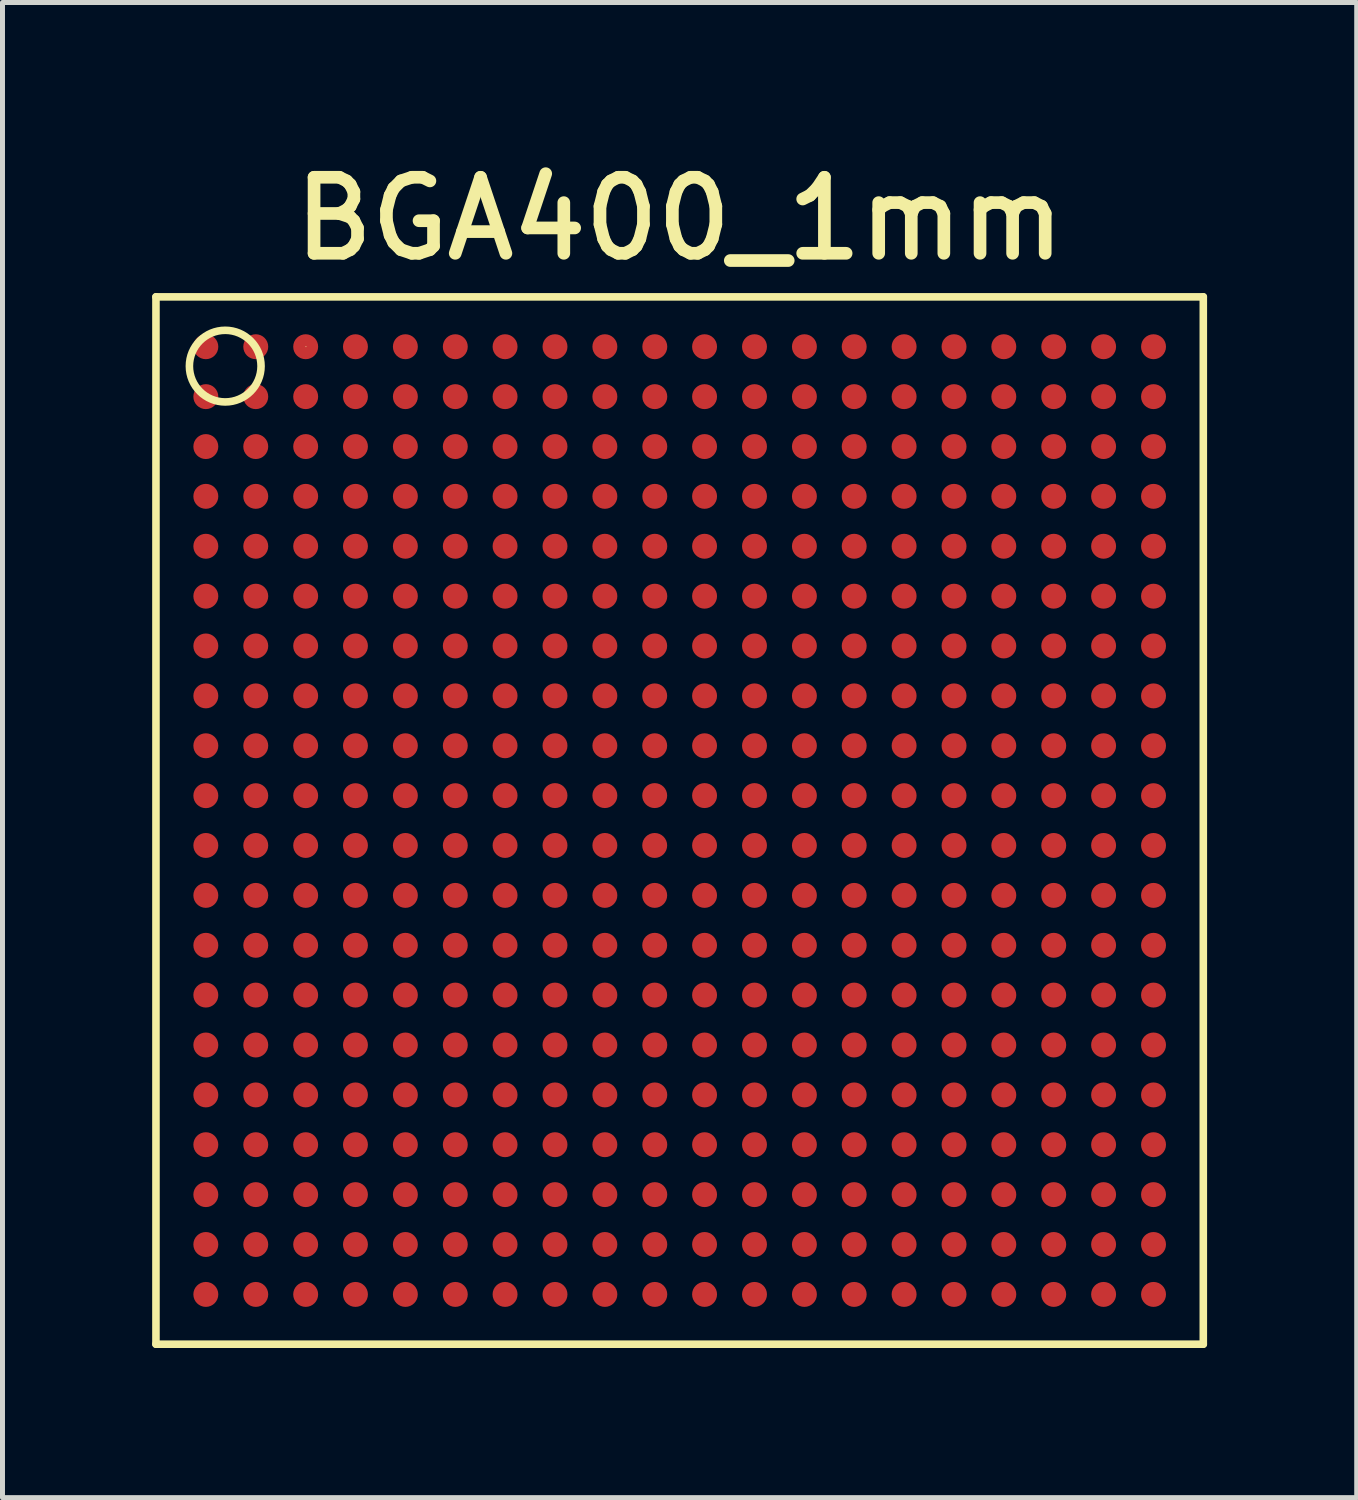
<source format=kicad_pcb>
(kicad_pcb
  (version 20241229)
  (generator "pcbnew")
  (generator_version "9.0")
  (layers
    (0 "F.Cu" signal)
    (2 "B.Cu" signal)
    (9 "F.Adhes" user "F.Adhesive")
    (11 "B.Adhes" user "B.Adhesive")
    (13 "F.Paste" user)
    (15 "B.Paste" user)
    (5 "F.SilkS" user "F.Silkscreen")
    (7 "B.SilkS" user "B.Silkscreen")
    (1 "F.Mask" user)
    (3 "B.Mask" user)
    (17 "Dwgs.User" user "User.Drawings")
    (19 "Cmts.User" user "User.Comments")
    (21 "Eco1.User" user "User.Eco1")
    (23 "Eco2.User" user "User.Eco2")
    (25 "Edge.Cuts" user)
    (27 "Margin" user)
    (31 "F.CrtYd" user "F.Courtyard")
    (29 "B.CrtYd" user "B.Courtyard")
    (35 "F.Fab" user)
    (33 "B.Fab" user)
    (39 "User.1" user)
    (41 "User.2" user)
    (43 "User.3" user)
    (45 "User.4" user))
  (footprint "BGA400_1mm"
    (layer "F.Cu")
    (at 10.577 13.402)
    (property "Reference" "BGA400_1mm" (at 0 -12.065 0) (layer "F.SilkS") (effects (font (size 1.524 1.524) (thickness 0.254))))
    (attr smd)
    (fp_line (start -10.5 -10.5) (end 10.5 -10.5) (stroke (width 0.152) (type solid)) (layer "F.SilkS"))
    (fp_line (start -10.5 10.5) (end -10.5 -10.5) (stroke (width 0.152) (type solid)) (layer "F.SilkS"))
    (fp_line (start -7.498 -9.5) (end -7.488 -9.5) (stroke (width 0.013) (type solid)) (layer "F.SilkS"))
    (fp_line (start 10.5 -10.5) (end 10.5 10.5) (stroke (width 0.152) (type solid)) (layer "F.SilkS"))
    (fp_line (start 10.5 10.5) (end -10.5 10.5) (stroke (width 0.152) (type solid)) (layer "F.SilkS"))
    (fp_circle (center -9.111 -9.111) (end -8.603 -9.619) (stroke (width 0.152) (type solid)) (fill no) (layer "F.SilkS"))
    (pad "A1" smd circle (at -9.5 -9.5) (size 0.5 0.5) (layers "F.Cu" "F.Mask" "F.Paste"))
    (pad "A2" smd circle (at -8.499 -9.5) (size 0.5 0.5) (layers "F.Cu" "F.Mask" "F.Paste"))
    (pad "A3" smd circle (at -7.498 -9.5) (size 0.5 0.5) (layers "F.Cu" "F.Mask" "F.Paste"))
    (pad "A4" smd circle (at -6.5 -9.5) (size 0.5 0.5) (layers "F.Cu" "F.Mask" "F.Paste"))
    (pad "A5" smd circle (at -5.499 -9.5) (size 0.5 0.5) (layers "F.Cu" "F.Mask" "F.Paste"))
    (pad "A6" smd circle (at -4.498 -9.5) (size 0.5 0.5) (layers "F.Cu" "F.Mask" "F.Paste"))
    (pad "A7" smd circle (at -3.5 -9.5) (size 0.5 0.5) (layers "F.Cu" "F.Mask" "F.Paste"))
    (pad "A8" smd circle (at -2.499 -9.5) (size 0.5 0.5) (layers "F.Cu" "F.Mask" "F.Paste"))
    (pad "A9" smd circle (at -1.499 -9.5) (size 0.5 0.5) (layers "F.Cu" "F.Mask" "F.Paste"))
    (pad "A10" smd circle (at -0.498 -9.5) (size 0.5 0.5) (layers "F.Cu" "F.Mask" "F.Paste"))
    (pad "A11" smd circle (at 0.5 -9.5) (size 0.5 0.5) (layers "F.Cu" "F.Mask" "F.Paste"))
    (pad "A12" smd circle (at 1.501 -9.5) (size 0.5 0.5) (layers "F.Cu" "F.Mask" "F.Paste"))
    (pad "A13" smd circle (at 2.502 -9.5) (size 0.5 0.5) (layers "F.Cu" "F.Mask" "F.Paste"))
    (pad "A14" smd circle (at 3.5 -9.5) (size 0.5 0.5) (layers "F.Cu" "F.Mask" "F.Paste"))
    (pad "A15" smd circle (at 4.501 -9.5) (size 0.5 0.5) (layers "F.Cu" "F.Mask" "F.Paste"))
    (pad "A16" smd circle (at 5.502 -9.5) (size 0.5 0.5) (layers "F.Cu" "F.Mask" "F.Paste"))
    (pad "A17" smd circle (at 6.5 -9.5) (size 0.5 0.5) (layers "F.Cu" "F.Mask" "F.Paste"))
    (pad "A18" smd circle (at 7.501 -9.5) (size 0.5 0.5) (layers "F.Cu" "F.Mask" "F.Paste"))
    (pad "A19" smd circle (at 8.501 -9.5) (size 0.5 0.5) (layers "F.Cu" "F.Mask" "F.Paste"))
    (pad "A20" smd circle (at 9.502 -9.5) (size 0.5 0.5) (layers "F.Cu" "F.Mask" "F.Paste"))
    (pad "B1" smd circle (at -9.5 -8.499) (size 0.5 0.5) (layers "F.Cu" "F.Mask" "F.Paste"))
    (pad "B2" smd circle (at -8.499 -8.499) (size 0.5 0.5) (layers "F.Cu" "F.Mask" "F.Paste"))
    (pad "B3" smd circle (at -7.498 -8.499) (size 0.5 0.5) (layers "F.Cu" "F.Mask" "F.Paste"))
    (pad "B4" smd circle (at -6.5 -8.499) (size 0.5 0.5) (layers "F.Cu" "F.Mask" "F.Paste"))
    (pad "B5" smd circle (at -5.499 -8.499) (size 0.5 0.5) (layers "F.Cu" "F.Mask" "F.Paste"))
    (pad "B6" smd circle (at -4.498 -8.499) (size 0.5 0.5) (layers "F.Cu" "F.Mask" "F.Paste"))
    (pad "B7" smd circle (at -3.5 -8.499) (size 0.5 0.5) (layers "F.Cu" "F.Mask" "F.Paste"))
    (pad "B8" smd circle (at -2.499 -8.499) (size 0.5 0.5) (layers "F.Cu" "F.Mask" "F.Paste"))
    (pad "B9" smd circle (at -1.499 -8.499) (size 0.5 0.5) (layers "F.Cu" "F.Mask" "F.Paste"))
    (pad "B10" smd circle (at -0.498 -8.499) (size 0.5 0.5) (layers "F.Cu" "F.Mask" "F.Paste"))
    (pad "B11" smd circle (at 0.5 -8.499) (size 0.5 0.5) (layers "F.Cu" "F.Mask" "F.Paste"))
    (pad "B12" smd circle (at 1.501 -8.499) (size 0.5 0.5) (layers "F.Cu" "F.Mask" "F.Paste"))
    (pad "B13" smd circle (at 2.502 -8.499) (size 0.5 0.5) (layers "F.Cu" "F.Mask" "F.Paste"))
    (pad "B14" smd circle (at 3.5 -8.499) (size 0.5 0.5) (layers "F.Cu" "F.Mask" "F.Paste"))
    (pad "B15" smd circle (at 4.501 -8.499) (size 0.5 0.5) (layers "F.Cu" "F.Mask" "F.Paste"))
    (pad "B16" smd circle (at 5.502 -8.499) (size 0.5 0.5) (layers "F.Cu" "F.Mask" "F.Paste"))
    (pad "B17" smd circle (at 6.5 -8.499) (size 0.5 0.5) (layers "F.Cu" "F.Mask" "F.Paste"))
    (pad "B18" smd circle (at 7.501 -8.499) (size 0.5 0.5) (layers "F.Cu" "F.Mask" "F.Paste"))
    (pad "B19" smd circle (at 8.501 -8.499) (size 0.5 0.5) (layers "F.Cu" "F.Mask" "F.Paste"))
    (pad "B20" smd circle (at 9.502 -8.499) (size 0.5 0.5) (layers "F.Cu" "F.Mask" "F.Paste"))
    (pad "C1" smd circle (at -9.5 -7.498) (size 0.5 0.5) (layers "F.Cu" "F.Mask" "F.Paste"))
    (pad "C2" smd circle (at -8.499 -7.498) (size 0.5 0.5) (layers "F.Cu" "F.Mask" "F.Paste"))
    (pad "C3" smd circle (at -7.498 -7.498) (size 0.5 0.5) (layers "F.Cu" "F.Mask" "F.Paste"))
    (pad "C4" smd circle (at -6.5 -7.498) (size 0.5 0.5) (layers "F.Cu" "F.Mask" "F.Paste"))
    (pad "C5" smd circle (at -5.499 -7.498) (size 0.5 0.5) (layers "F.Cu" "F.Mask" "F.Paste"))
    (pad "C6" smd circle (at -4.498 -7.498) (size 0.5 0.5) (layers "F.Cu" "F.Mask" "F.Paste"))
    (pad "C7" smd circle (at -3.5 -7.498) (size 0.5 0.5) (layers "F.Cu" "F.Mask" "F.Paste"))
    (pad "C8" smd circle (at -2.499 -7.498) (size 0.5 0.5) (layers "F.Cu" "F.Mask" "F.Paste"))
    (pad "C9" smd circle (at -1.499 -7.498) (size 0.5 0.5) (layers "F.Cu" "F.Mask" "F.Paste"))
    (pad "C10" smd circle (at -0.498 -7.498) (size 0.5 0.5) (layers "F.Cu" "F.Mask" "F.Paste"))
    (pad "C11" smd circle (at 0.5 -7.498) (size 0.5 0.5) (layers "F.Cu" "F.Mask" "F.Paste"))
    (pad "C12" smd circle (at 1.501 -7.498) (size 0.5 0.5) (layers "F.Cu" "F.Mask" "F.Paste"))
    (pad "C13" smd circle (at 2.502 -7.498) (size 0.5 0.5) (layers "F.Cu" "F.Mask" "F.Paste"))
    (pad "C14" smd circle (at 3.5 -7.498) (size 0.5 0.5) (layers "F.Cu" "F.Mask" "F.Paste"))
    (pad "C15" smd circle (at 4.501 -7.498) (size 0.5 0.5) (layers "F.Cu" "F.Mask" "F.Paste"))
    (pad "C16" smd circle (at 5.502 -7.498) (size 0.5 0.5) (layers "F.Cu" "F.Mask" "F.Paste"))
    (pad "C17" smd circle (at 6.5 -7.498) (size 0.5 0.5) (layers "F.Cu" "F.Mask" "F.Paste"))
    (pad "C18" smd circle (at 7.501 -7.498) (size 0.5 0.5) (layers "F.Cu" "F.Mask" "F.Paste"))
    (pad "C19" smd circle (at 8.501 -7.498) (size 0.5 0.5) (layers "F.Cu" "F.Mask" "F.Paste"))
    (pad "C20" smd circle (at 9.502 -7.498) (size 0.5 0.5) (layers "F.Cu" "F.Mask" "F.Paste"))
    (pad "D1" smd circle (at -9.5 -6.5) (size 0.5 0.5) (layers "F.Cu" "F.Mask" "F.Paste"))
    (pad "D2" smd circle (at -8.499 -6.5) (size 0.5 0.5) (layers "F.Cu" "F.Mask" "F.Paste"))
    (pad "D3" smd circle (at -7.498 -6.5) (size 0.5 0.5) (layers "F.Cu" "F.Mask" "F.Paste"))
    (pad "D4" smd circle (at -6.5 -6.5) (size 0.5 0.5) (layers "F.Cu" "F.Mask" "F.Paste"))
    (pad "D5" smd circle (at -5.499 -6.5) (size 0.5 0.5) (layers "F.Cu" "F.Mask" "F.Paste"))
    (pad "D6" smd circle (at -4.498 -6.5) (size 0.5 0.5) (layers "F.Cu" "F.Mask" "F.Paste"))
    (pad "D7" smd circle (at -3.5 -6.5) (size 0.5 0.5) (layers "F.Cu" "F.Mask" "F.Paste"))
    (pad "D8" smd circle (at -2.499 -6.5) (size 0.5 0.5) (layers "F.Cu" "F.Mask" "F.Paste"))
    (pad "D9" smd circle (at -1.499 -6.5) (size 0.5 0.5) (layers "F.Cu" "F.Mask" "F.Paste"))
    (pad "D10" smd circle (at -0.498 -6.5) (size 0.5 0.5) (layers "F.Cu" "F.Mask" "F.Paste"))
    (pad "D11" smd circle (at 0.5 -6.5) (size 0.5 0.5) (layers "F.Cu" "F.Mask" "F.Paste"))
    (pad "D12" smd circle (at 1.501 -6.5) (size 0.5 0.5) (layers "F.Cu" "F.Mask" "F.Paste"))
    (pad "D13" smd circle (at 2.502 -6.5) (size 0.5 0.5) (layers "F.Cu" "F.Mask" "F.Paste"))
    (pad "D14" smd circle (at 3.5 -6.5) (size 0.5 0.5) (layers "F.Cu" "F.Mask" "F.Paste"))
    (pad "D15" smd circle (at 4.501 -6.5) (size 0.5 0.5) (layers "F.Cu" "F.Mask" "F.Paste"))
    (pad "D16" smd circle (at 5.502 -6.5) (size 0.5 0.5) (layers "F.Cu" "F.Mask" "F.Paste"))
    (pad "D17" smd circle (at 6.5 -6.5) (size 0.5 0.5) (layers "F.Cu" "F.Mask" "F.Paste"))
    (pad "D18" smd circle (at 7.501 -6.5) (size 0.5 0.5) (layers "F.Cu" "F.Mask" "F.Paste"))
    (pad "D19" smd circle (at 8.501 -6.5) (size 0.5 0.5) (layers "F.Cu" "F.Mask" "F.Paste"))
    (pad "D20" smd circle (at 9.502 -6.5) (size 0.5 0.5) (layers "F.Cu" "F.Mask" "F.Paste"))
    (pad "E1" smd circle (at -9.5 -5.499) (size 0.5 0.5) (layers "F.Cu" "F.Mask" "F.Paste"))
    (pad "E2" smd circle (at -8.499 -5.499) (size 0.5 0.5) (layers "F.Cu" "F.Mask" "F.Paste"))
    (pad "E3" smd circle (at -7.498 -5.499) (size 0.5 0.5) (layers "F.Cu" "F.Mask" "F.Paste"))
    (pad "E4" smd circle (at -6.5 -5.499) (size 0.5 0.5) (layers "F.Cu" "F.Mask" "F.Paste"))
    (pad "E5" smd circle (at -5.499 -5.499) (size 0.5 0.5) (layers "F.Cu" "F.Mask" "F.Paste"))
    (pad "E6" smd circle (at -4.498 -5.499) (size 0.5 0.5) (layers "F.Cu" "F.Mask" "F.Paste"))
    (pad "E7" smd circle (at -3.5 -5.499) (size 0.5 0.5) (layers "F.Cu" "F.Mask" "F.Paste"))
    (pad "E8" smd circle (at -2.499 -5.499) (size 0.5 0.5) (layers "F.Cu" "F.Mask" "F.Paste"))
    (pad "E9" smd circle (at -1.499 -5.499) (size 0.5 0.5) (layers "F.Cu" "F.Mask" "F.Paste"))
    (pad "E10" smd circle (at -0.498 -5.499) (size 0.5 0.5) (layers "F.Cu" "F.Mask" "F.Paste"))
    (pad "E11" smd circle (at 0.5 -5.499) (size 0.5 0.5) (layers "F.Cu" "F.Mask" "F.Paste"))
    (pad "E12" smd circle (at 1.501 -5.499) (size 0.5 0.5) (layers "F.Cu" "F.Mask" "F.Paste"))
    (pad "E13" smd circle (at 2.502 -5.499) (size 0.5 0.5) (layers "F.Cu" "F.Mask" "F.Paste"))
    (pad "E14" smd circle (at 3.5 -5.499) (size 0.5 0.5) (layers "F.Cu" "F.Mask" "F.Paste"))
    (pad "E15" smd circle (at 4.501 -5.499) (size 0.5 0.5) (layers "F.Cu" "F.Mask" "F.Paste"))
    (pad "E16" smd circle (at 5.502 -5.499) (size 0.5 0.5) (layers "F.Cu" "F.Mask" "F.Paste"))
    (pad "E17" smd circle (at 6.5 -5.499) (size 0.5 0.5) (layers "F.Cu" "F.Mask" "F.Paste"))
    (pad "E18" smd circle (at 7.501 -5.499) (size 0.5 0.5) (layers "F.Cu" "F.Mask" "F.Paste"))
    (pad "E19" smd circle (at 8.501 -5.499) (size 0.5 0.5) (layers "F.Cu" "F.Mask" "F.Paste"))
    (pad "E20" smd circle (at 9.502 -5.499) (size 0.5 0.5) (layers "F.Cu" "F.Mask" "F.Paste"))
    (pad "F1" smd circle (at -9.5 -4.498) (size 0.5 0.5) (layers "F.Cu" "F.Mask" "F.Paste"))
    (pad "F2" smd circle (at -8.499 -4.498) (size 0.5 0.5) (layers "F.Cu" "F.Mask" "F.Paste"))
    (pad "F3" smd circle (at -7.498 -4.498) (size 0.5 0.5) (layers "F.Cu" "F.Mask" "F.Paste"))
    (pad "F4" smd circle (at -6.5 -4.498) (size 0.5 0.5) (layers "F.Cu" "F.Mask" "F.Paste"))
    (pad "F5" smd circle (at -5.499 -4.498) (size 0.5 0.5) (layers "F.Cu" "F.Mask" "F.Paste"))
    (pad "F6" smd circle (at -4.498 -4.498) (size 0.5 0.5) (layers "F.Cu" "F.Mask" "F.Paste"))
    (pad "F7" smd circle (at -3.5 -4.498) (size 0.5 0.5) (layers "F.Cu" "F.Mask" "F.Paste"))
    (pad "F8" smd circle (at -2.499 -4.498) (size 0.5 0.5) (layers "F.Cu" "F.Mask" "F.Paste"))
    (pad "F9" smd circle (at -1.499 -4.498) (size 0.5 0.5) (layers "F.Cu" "F.Mask" "F.Paste"))
    (pad "F10" smd circle (at -0.498 -4.498) (size 0.5 0.5) (layers "F.Cu" "F.Mask" "F.Paste"))
    (pad "F11" smd circle (at 0.5 -4.498) (size 0.5 0.5) (layers "F.Cu" "F.Mask" "F.Paste"))
    (pad "F12" smd circle (at 1.501 -4.498) (size 0.5 0.5) (layers "F.Cu" "F.Mask" "F.Paste"))
    (pad "F13" smd circle (at 2.502 -4.498) (size 0.5 0.5) (layers "F.Cu" "F.Mask" "F.Paste"))
    (pad "F14" smd circle (at 3.5 -4.498) (size 0.5 0.5) (layers "F.Cu" "F.Mask" "F.Paste"))
    (pad "F15" smd circle (at 4.501 -4.498) (size 0.5 0.5) (layers "F.Cu" "F.Mask" "F.Paste"))
    (pad "F16" smd circle (at 5.502 -4.498) (size 0.5 0.5) (layers "F.Cu" "F.Mask" "F.Paste"))
    (pad "F17" smd circle (at 6.5 -4.498) (size 0.5 0.5) (layers "F.Cu" "F.Mask" "F.Paste"))
    (pad "F18" smd circle (at 7.501 -4.498) (size 0.5 0.5) (layers "F.Cu" "F.Mask" "F.Paste"))
    (pad "F19" smd circle (at 8.501 -4.498) (size 0.5 0.5) (layers "F.Cu" "F.Mask" "F.Paste"))
    (pad "F20" smd circle (at 9.502 -4.498) (size 0.5 0.5) (layers "F.Cu" "F.Mask" "F.Paste"))
    (pad "G1" smd circle (at -9.5 -3.5) (size 0.5 0.5) (layers "F.Cu" "F.Mask" "F.Paste"))
    (pad "G2" smd circle (at -8.499 -3.5) (size 0.5 0.5) (layers "F.Cu" "F.Mask" "F.Paste"))
    (pad "G3" smd circle (at -7.498 -3.5) (size 0.5 0.5) (layers "F.Cu" "F.Mask" "F.Paste"))
    (pad "G4" smd circle (at -6.5 -3.5) (size 0.5 0.5) (layers "F.Cu" "F.Mask" "F.Paste"))
    (pad "G5" smd circle (at -5.499 -3.5) (size 0.5 0.5) (layers "F.Cu" "F.Mask" "F.Paste"))
    (pad "G6" smd circle (at -4.498 -3.5) (size 0.5 0.5) (layers "F.Cu" "F.Mask" "F.Paste"))
    (pad "G7" smd circle (at -3.5 -3.5) (size 0.5 0.5) (layers "F.Cu" "F.Mask" "F.Paste"))
    (pad "G8" smd circle (at -2.499 -3.5) (size 0.5 0.5) (layers "F.Cu" "F.Mask" "F.Paste"))
    (pad "G9" smd circle (at -1.499 -3.5) (size 0.5 0.5) (layers "F.Cu" "F.Mask" "F.Paste"))
    (pad "G10" smd circle (at -0.5 -3.5) (size 0.5 0.5) (layers "F.Cu" "F.Mask" "F.Paste"))
    (pad "G11" smd circle (at 0.5 -3.5) (size 0.5 0.5) (layers "F.Cu" "F.Mask" "F.Paste"))
    (pad "G12" smd circle (at 1.501 -3.5) (size 0.5 0.5) (layers "F.Cu" "F.Mask" "F.Paste"))
    (pad "G13" smd circle (at 2.502 -3.5) (size 0.5 0.5) (layers "F.Cu" "F.Mask" "F.Paste"))
    (pad "G14" smd circle (at 3.5 -3.5) (size 0.5 0.5) (layers "F.Cu" "F.Mask" "F.Paste"))
    (pad "G15" smd circle (at 4.501 -3.5) (size 0.5 0.5) (layers "F.Cu" "F.Mask" "F.Paste"))
    (pad "G16" smd circle (at 5.502 -3.5) (size 0.5 0.5) (layers "F.Cu" "F.Mask" "F.Paste"))
    (pad "G17" smd circle (at 6.5 -3.5) (size 0.5 0.5) (layers "F.Cu" "F.Mask" "F.Paste"))
    (pad "G18" smd circle (at 7.501 -3.5) (size 0.5 0.5) (layers "F.Cu" "F.Mask" "F.Paste"))
    (pad "G19" smd circle (at 8.501 -3.5) (size 0.5 0.5) (layers "F.Cu" "F.Mask" "F.Paste"))
    (pad "G20" smd circle (at 9.502 -3.5) (size 0.5 0.5) (layers "F.Cu" "F.Mask" "F.Paste"))
    (pad "H1" smd circle (at -9.5 -2.499) (size 0.5 0.5) (layers "F.Cu" "F.Mask" "F.Paste"))
    (pad "H2" smd circle (at -8.499 -2.499) (size 0.5 0.5) (layers "F.Cu" "F.Mask" "F.Paste"))
    (pad "H3" smd circle (at -7.498 -2.499) (size 0.5 0.5) (layers "F.Cu" "F.Mask" "F.Paste"))
    (pad "H4" smd circle (at -6.5 -2.499) (size 0.5 0.5) (layers "F.Cu" "F.Mask" "F.Paste"))
    (pad "H5" smd circle (at -5.499 -2.499) (size 0.5 0.5) (layers "F.Cu" "F.Mask" "F.Paste"))
    (pad "H6" smd circle (at -4.498 -2.499) (size 0.5 0.5) (layers "F.Cu" "F.Mask" "F.Paste"))
    (pad "H7" smd circle (at -3.5 -2.499) (size 0.5 0.5) (layers "F.Cu" "F.Mask" "F.Paste"))
    (pad "H8" smd circle (at -2.499 -2.499) (size 0.5 0.5) (layers "F.Cu" "F.Mask" "F.Paste"))
    (pad "H9" smd circle (at -1.499 -2.499) (size 0.5 0.5) (layers "F.Cu" "F.Mask" "F.Paste"))
    (pad "H10" smd circle (at -0.5 -2.499) (size 0.5 0.5) (layers "F.Cu" "F.Mask" "F.Paste"))
    (pad "H11" smd circle (at 0.5 -2.499) (size 0.5 0.5) (layers "F.Cu" "F.Mask" "F.Paste"))
    (pad "H12" smd circle (at 1.501 -2.499) (size 0.5 0.5) (layers "F.Cu" "F.Mask" "F.Paste"))
    (pad "H13" smd circle (at 2.502 -2.499) (size 0.5 0.5) (layers "F.Cu" "F.Mask" "F.Paste"))
    (pad "H14" smd circle (at 3.5 -2.499) (size 0.5 0.5) (layers "F.Cu" "F.Mask" "F.Paste"))
    (pad "H15" smd circle (at 4.501 -2.499) (size 0.5 0.5) (layers "F.Cu" "F.Mask" "F.Paste"))
    (pad "H16" smd circle (at 5.502 -2.499) (size 0.5 0.5) (layers "F.Cu" "F.Mask" "F.Paste"))
    (pad "H17" smd circle (at 6.5 -2.499) (size 0.5 0.5) (layers "F.Cu" "F.Mask" "F.Paste"))
    (pad "H18" smd circle (at 7.501 -2.499) (size 0.5 0.5) (layers "F.Cu" "F.Mask" "F.Paste"))
    (pad "H19" smd circle (at 8.501 -2.499) (size 0.5 0.5) (layers "F.Cu" "F.Mask" "F.Paste"))
    (pad "H20" smd circle (at 9.502 -2.499) (size 0.5 0.5) (layers "F.Cu" "F.Mask" "F.Paste"))
    (pad "J1" smd circle (at -9.5 -1.499) (size 0.5 0.5) (layers "F.Cu" "F.Mask" "F.Paste"))
    (pad "J2" smd circle (at -8.499 -1.499) (size 0.5 0.5) (layers "F.Cu" "F.Mask" "F.Paste"))
    (pad "J3" smd circle (at -7.498 -1.499) (size 0.5 0.5) (layers "F.Cu" "F.Mask" "F.Paste"))
    (pad "J4" smd circle (at -6.5 -1.499) (size 0.5 0.5) (layers "F.Cu" "F.Mask" "F.Paste"))
    (pad "J5" smd circle (at -5.499 -1.499) (size 0.5 0.5) (layers "F.Cu" "F.Mask" "F.Paste"))
    (pad "J6" smd circle (at -4.498 -1.499) (size 0.5 0.5) (layers "F.Cu" "F.Mask" "F.Paste"))
    (pad "J7" smd circle (at -3.5 -1.499) (size 0.5 0.5) (layers "F.Cu" "F.Mask" "F.Paste"))
    (pad "J8" smd circle (at -2.499 -1.499) (size 0.5 0.5) (layers "F.Cu" "F.Mask" "F.Paste"))
    (pad "J9" smd circle (at -1.499 -1.499) (size 0.5 0.5) (layers "F.Cu" "F.Mask" "F.Paste"))
    (pad "J10" smd circle (at -0.5 -1.499) (size 0.5 0.5) (layers "F.Cu" "F.Mask" "F.Paste"))
    (pad "J11" smd circle (at 0.5 -1.499) (size 0.5 0.5) (layers "F.Cu" "F.Mask" "F.Paste"))
    (pad "J12" smd circle (at 1.501 -1.499) (size 0.5 0.5) (layers "F.Cu" "F.Mask" "F.Paste"))
    (pad "J13" smd circle (at 2.502 -1.499) (size 0.5 0.5) (layers "F.Cu" "F.Mask" "F.Paste"))
    (pad "J14" smd circle (at 3.5 -1.499) (size 0.5 0.5) (layers "F.Cu" "F.Mask" "F.Paste"))
    (pad "J15" smd circle (at 4.501 -1.499) (size 0.5 0.5) (layers "F.Cu" "F.Mask" "F.Paste"))
    (pad "J16" smd circle (at 5.502 -1.499) (size 0.5 0.5) (layers "F.Cu" "F.Mask" "F.Paste"))
    (pad "J17" smd circle (at 6.5 -1.499) (size 0.5 0.5) (layers "F.Cu" "F.Mask" "F.Paste"))
    (pad "J18" smd circle (at 7.501 -1.499) (size 0.5 0.5) (layers "F.Cu" "F.Mask" "F.Paste"))
    (pad "J19" smd circle (at 8.501 -1.499) (size 0.5 0.5) (layers "F.Cu" "F.Mask" "F.Paste"))
    (pad "J20" smd circle (at 9.502 -1.499) (size 0.5 0.5) (layers "F.Cu" "F.Mask" "F.Paste"))
    (pad "K1" smd circle (at -9.5 -0.498) (size 0.5 0.5) (layers "F.Cu" "F.Mask" "F.Paste"))
    (pad "K2" smd circle (at -8.499 -0.498) (size 0.5 0.5) (layers "F.Cu" "F.Mask" "F.Paste"))
    (pad "K3" smd circle (at -7.498 -0.498) (size 0.5 0.5) (layers "F.Cu" "F.Mask" "F.Paste"))
    (pad "K4" smd circle (at -6.5 -0.498) (size 0.5 0.5) (layers "F.Cu" "F.Mask" "F.Paste"))
    (pad "K5" smd circle (at -5.499 -0.498) (size 0.5 0.5) (layers "F.Cu" "F.Mask" "F.Paste"))
    (pad "K6" smd circle (at -4.498 -0.498) (size 0.5 0.5) (layers "F.Cu" "F.Mask" "F.Paste"))
    (pad "K7" smd circle (at -3.5 -0.5) (size 0.5 0.5) (layers "F.Cu" "F.Mask" "F.Paste"))
    (pad "K8" smd circle (at -2.499 -0.5) (size 0.5 0.5) (layers "F.Cu" "F.Mask" "F.Paste"))
    (pad "K9" smd circle (at -1.499 -0.5) (size 0.5 0.5) (layers "F.Cu" "F.Mask" "F.Paste"))
    (pad "K10" smd circle (at -0.5 -0.5) (size 0.5 0.5) (layers "F.Cu" "F.Mask" "F.Paste"))
    (pad "K11" smd circle (at 0.5 -0.5) (size 0.5 0.5) (layers "F.Cu" "F.Mask" "F.Paste"))
    (pad "K12" smd circle (at 1.501 -0.5) (size 0.5 0.5) (layers "F.Cu" "F.Mask" "F.Paste"))
    (pad "K13" smd circle (at 2.502 -0.5) (size 0.5 0.5) (layers "F.Cu" "F.Mask" "F.Paste"))
    (pad "K14" smd circle (at 3.5 -0.5) (size 0.5 0.5) (layers "F.Cu" "F.Mask" "F.Paste"))
    (pad "K15" smd circle (at 4.501 -0.498) (size 0.5 0.5) (layers "F.Cu" "F.Mask" "F.Paste"))
    (pad "K16" smd circle (at 5.502 -0.498) (size 0.5 0.5) (layers "F.Cu" "F.Mask" "F.Paste"))
    (pad "K17" smd circle (at 6.5 -0.498) (size 0.5 0.5) (layers "F.Cu" "F.Mask" "F.Paste"))
    (pad "K18" smd circle (at 7.501 -0.498) (size 0.5 0.5) (layers "F.Cu" "F.Mask" "F.Paste"))
    (pad "K19" smd circle (at 8.501 -0.498) (size 0.5 0.5) (layers "F.Cu" "F.Mask" "F.Paste"))
    (pad "K20" smd circle (at 9.502 -0.498) (size 0.5 0.5) (layers "F.Cu" "F.Mask" "F.Paste"))
    (pad "L1" smd circle (at -9.5 0.5) (size 0.5 0.5) (layers "F.Cu" "F.Mask" "F.Paste"))
    (pad "L2" smd circle (at -8.499 0.5) (size 0.5 0.5) (layers "F.Cu" "F.Mask" "F.Paste"))
    (pad "L3" smd circle (at -7.498 0.5) (size 0.5 0.5) (layers "F.Cu" "F.Mask" "F.Paste"))
    (pad "L4" smd circle (at -6.5 0.5) (size 0.5 0.5) (layers "F.Cu" "F.Mask" "F.Paste"))
    (pad "L5" smd circle (at -5.499 0.5) (size 0.5 0.5) (layers "F.Cu" "F.Mask" "F.Paste"))
    (pad "L6" smd circle (at -4.498 0.5) (size 0.5 0.5) (layers "F.Cu" "F.Mask" "F.Paste"))
    (pad "L7" smd circle (at -3.5 0.5) (size 0.5 0.5) (layers "F.Cu" "F.Mask" "F.Paste"))
    (pad "L8" smd circle (at -2.499 0.5) (size 0.5 0.5) (layers "F.Cu" "F.Mask" "F.Paste"))
    (pad "L9" smd circle (at -1.499 0.5) (size 0.5 0.5) (layers "F.Cu" "F.Mask" "F.Paste"))
    (pad "L10" smd circle (at -0.5 0.5) (size 0.5 0.5) (layers "F.Cu" "F.Mask" "F.Paste"))
    (pad "L11" smd circle (at 0.5 0.5) (size 0.5 0.5) (layers "F.Cu" "F.Mask" "F.Paste"))
    (pad "L12" smd circle (at 1.501 0.5) (size 0.5 0.5) (layers "F.Cu" "F.Mask" "F.Paste"))
    (pad "L13" smd circle (at 2.502 0.5) (size 0.5 0.5) (layers "F.Cu" "F.Mask" "F.Paste"))
    (pad "L14" smd circle (at 3.5 0.5) (size 0.5 0.5) (layers "F.Cu" "F.Mask" "F.Paste"))
    (pad "L15" smd circle (at 4.501 0.5) (size 0.5 0.5) (layers "F.Cu" "F.Mask" "F.Paste"))
    (pad "L16" smd circle (at 5.502 0.5) (size 0.5 0.5) (layers "F.Cu" "F.Mask" "F.Paste"))
    (pad "L17" smd circle (at 6.5 0.5) (size 0.5 0.5) (layers "F.Cu" "F.Mask" "F.Paste"))
    (pad "L18" smd circle (at 7.501 0.5) (size 0.5 0.5) (layers "F.Cu" "F.Mask" "F.Paste"))
    (pad "L19" smd circle (at 8.501 0.5) (size 0.5 0.5) (layers "F.Cu" "F.Mask" "F.Paste"))
    (pad "L20" smd circle (at 9.502 0.5) (size 0.5 0.5) (layers "F.Cu" "F.Mask" "F.Paste"))
    (pad "M1" smd circle (at -9.5 1.501) (size 0.5 0.5) (layers "F.Cu" "F.Mask" "F.Paste"))
    (pad "M2" smd circle (at -8.499 1.501) (size 0.5 0.5) (layers "F.Cu" "F.Mask" "F.Paste"))
    (pad "M3" smd circle (at -7.498 1.501) (size 0.5 0.5) (layers "F.Cu" "F.Mask" "F.Paste"))
    (pad "M4" smd circle (at -6.5 1.501) (size 0.5 0.5) (layers "F.Cu" "F.Mask" "F.Paste"))
    (pad "M5" smd circle (at -5.499 1.501) (size 0.5 0.5) (layers "F.Cu" "F.Mask" "F.Paste"))
    (pad "M6" smd circle (at -4.498 1.501) (size 0.5 0.5) (layers "F.Cu" "F.Mask" "F.Paste"))
    (pad "M7" smd circle (at -3.5 1.501) (size 0.5 0.5) (layers "F.Cu" "F.Mask" "F.Paste"))
    (pad "M8" smd circle (at -2.499 1.501) (size 0.5 0.5) (layers "F.Cu" "F.Mask" "F.Paste"))
    (pad "M9" smd circle (at -1.499 1.501) (size 0.5 0.5) (layers "F.Cu" "F.Mask" "F.Paste"))
    (pad "M10" smd circle (at -0.5 1.501) (size 0.5 0.5) (layers "F.Cu" "F.Mask" "F.Paste"))
    (pad "M11" smd circle (at 0.5 1.501) (size 0.5 0.5) (layers "F.Cu" "F.Mask" "F.Paste"))
    (pad "M12" smd circle (at 1.501 1.501) (size 0.5 0.5) (layers "F.Cu" "F.Mask" "F.Paste"))
    (pad "M13" smd circle (at 2.502 1.501) (size 0.5 0.5) (layers "F.Cu" "F.Mask" "F.Paste"))
    (pad "M14" smd circle (at 3.5 1.501) (size 0.5 0.5) (layers "F.Cu" "F.Mask" "F.Paste"))
    (pad "M15" smd circle (at 4.501 1.501) (size 0.5 0.5) (layers "F.Cu" "F.Mask" "F.Paste"))
    (pad "M16" smd circle (at 5.502 1.501) (size 0.5 0.5) (layers "F.Cu" "F.Mask" "F.Paste"))
    (pad "M17" smd circle (at 6.5 1.501) (size 0.5 0.5) (layers "F.Cu" "F.Mask" "F.Paste"))
    (pad "M18" smd circle (at 7.501 1.501) (size 0.5 0.5) (layers "F.Cu" "F.Mask" "F.Paste"))
    (pad "M19" smd circle (at 8.501 1.501) (size 0.5 0.5) (layers "F.Cu" "F.Mask" "F.Paste"))
    (pad "M20" smd circle (at 9.502 1.501) (size 0.5 0.5) (layers "F.Cu" "F.Mask" "F.Paste"))
    (pad "N1" smd circle (at -9.5 2.502) (size 0.5 0.5) (layers "F.Cu" "F.Mask" "F.Paste"))
    (pad "N2" smd circle (at -8.499 2.502) (size 0.5 0.5) (layers "F.Cu" "F.Mask" "F.Paste"))
    (pad "N3" smd circle (at -7.498 2.502) (size 0.5 0.5) (layers "F.Cu" "F.Mask" "F.Paste"))
    (pad "N4" smd circle (at -6.5 2.502) (size 0.5 0.5) (layers "F.Cu" "F.Mask" "F.Paste"))
    (pad "N5" smd circle (at -5.499 2.502) (size 0.5 0.5) (layers "F.Cu" "F.Mask" "F.Paste"))
    (pad "N6" smd circle (at -4.498 2.502) (size 0.5 0.5) (layers "F.Cu" "F.Mask" "F.Paste"))
    (pad "N7" smd circle (at -3.5 2.502) (size 0.5 0.5) (layers "F.Cu" "F.Mask" "F.Paste"))
    (pad "N8" smd circle (at -2.499 2.502) (size 0.5 0.5) (layers "F.Cu" "F.Mask" "F.Paste"))
    (pad "N9" smd circle (at -1.499 2.502) (size 0.5 0.5) (layers "F.Cu" "F.Mask" "F.Paste"))
    (pad "N10" smd circle (at -0.5 2.502) (size 0.5 0.5) (layers "F.Cu" "F.Mask" "F.Paste"))
    (pad "N11" smd circle (at 0.5 2.502) (size 0.5 0.5) (layers "F.Cu" "F.Mask" "F.Paste"))
    (pad "N12" smd circle (at 1.501 2.502) (size 0.5 0.5) (layers "F.Cu" "F.Mask" "F.Paste"))
    (pad "N13" smd circle (at 2.502 2.502) (size 0.5 0.5) (layers "F.Cu" "F.Mask" "F.Paste"))
    (pad "N14" smd circle (at 3.5 2.502) (size 0.5 0.5) (layers "F.Cu" "F.Mask" "F.Paste"))
    (pad "N15" smd circle (at 4.501 2.502) (size 0.5 0.5) (layers "F.Cu" "F.Mask" "F.Paste"))
    (pad "N16" smd circle (at 5.502 2.502) (size 0.5 0.5) (layers "F.Cu" "F.Mask" "F.Paste"))
    (pad "N17" smd circle (at 6.5 2.502) (size 0.5 0.5) (layers "F.Cu" "F.Mask" "F.Paste"))
    (pad "N18" smd circle (at 7.501 2.502) (size 0.5 0.5) (layers "F.Cu" "F.Mask" "F.Paste"))
    (pad "N19" smd circle (at 8.501 2.502) (size 0.5 0.5) (layers "F.Cu" "F.Mask" "F.Paste"))
    (pad "N20" smd circle (at 9.502 2.502) (size 0.5 0.5) (layers "F.Cu" "F.Mask" "F.Paste"))
    (pad "P1" smd circle (at -9.5 3.5) (size 0.5 0.5) (layers "F.Cu" "F.Mask" "F.Paste"))
    (pad "P2" smd circle (at -8.499 3.5) (size 0.5 0.5) (layers "F.Cu" "F.Mask" "F.Paste"))
    (pad "P3" smd circle (at -7.498 3.5) (size 0.5 0.5) (layers "F.Cu" "F.Mask" "F.Paste"))
    (pad "P4" smd circle (at -6.5 3.5) (size 0.5 0.5) (layers "F.Cu" "F.Mask" "F.Paste"))
    (pad "P5" smd circle (at -5.499 3.5) (size 0.5 0.5) (layers "F.Cu" "F.Mask" "F.Paste"))
    (pad "P6" smd circle (at -4.498 3.5) (size 0.5 0.5) (layers "F.Cu" "F.Mask" "F.Paste"))
    (pad "P7" smd circle (at -3.5 3.5) (size 0.5 0.5) (layers "F.Cu" "F.Mask" "F.Paste"))
    (pad "P8" smd circle (at -2.499 3.5) (size 0.5 0.5) (layers "F.Cu" "F.Mask" "F.Paste"))
    (pad "P9" smd circle (at -1.499 3.5) (size 0.5 0.5) (layers "F.Cu" "F.Mask" "F.Paste"))
    (pad "P10" smd circle (at -0.5 3.5) (size 0.5 0.5) (layers "F.Cu" "F.Mask" "F.Paste"))
    (pad "P11" smd circle (at 0.5 3.5) (size 0.5 0.5) (layers "F.Cu" "F.Mask" "F.Paste"))
    (pad "P12" smd circle (at 1.501 3.5) (size 0.5 0.5) (layers "F.Cu" "F.Mask" "F.Paste"))
    (pad "P13" smd circle (at 2.502 3.5) (size 0.5 0.5) (layers "F.Cu" "F.Mask" "F.Paste"))
    (pad "P14" smd circle (at 3.5 3.5) (size 0.5 0.5) (layers "F.Cu" "F.Mask" "F.Paste"))
    (pad "P15" smd circle (at 4.501 3.5) (size 0.5 0.5) (layers "F.Cu" "F.Mask" "F.Paste"))
    (pad "P16" smd circle (at 5.502 3.5) (size 0.5 0.5) (layers "F.Cu" "F.Mask" "F.Paste"))
    (pad "P17" smd circle (at 6.5 3.5) (size 0.5 0.5) (layers "F.Cu" "F.Mask" "F.Paste"))
    (pad "P18" smd circle (at 7.501 3.5) (size 0.5 0.5) (layers "F.Cu" "F.Mask" "F.Paste"))
    (pad "P19" smd circle (at 8.501 3.5) (size 0.5 0.5) (layers "F.Cu" "F.Mask" "F.Paste"))
    (pad "P20" smd circle (at 9.502 3.5) (size 0.5 0.5) (layers "F.Cu" "F.Mask" "F.Paste"))
    (pad "R1" smd circle (at -9.5 4.501) (size 0.5 0.5) (layers "F.Cu" "F.Mask" "F.Paste"))
    (pad "R2" smd circle (at -8.499 4.501) (size 0.5 0.5) (layers "F.Cu" "F.Mask" "F.Paste"))
    (pad "R3" smd circle (at -7.498 4.501) (size 0.5 0.5) (layers "F.Cu" "F.Mask" "F.Paste"))
    (pad "R4" smd circle (at -6.5 4.501) (size 0.5 0.5) (layers "F.Cu" "F.Mask" "F.Paste"))
    (pad "R5" smd circle (at -5.499 4.501) (size 0.5 0.5) (layers "F.Cu" "F.Mask" "F.Paste"))
    (pad "R6" smd circle (at -4.498 4.501) (size 0.5 0.5) (layers "F.Cu" "F.Mask" "F.Paste"))
    (pad "R7" smd circle (at -3.5 4.501) (size 0.5 0.5) (layers "F.Cu" "F.Mask" "F.Paste"))
    (pad "R8" smd circle (at -2.499 4.501) (size 0.5 0.5) (layers "F.Cu" "F.Mask" "F.Paste"))
    (pad "R9" smd circle (at -1.499 4.501) (size 0.5 0.5) (layers "F.Cu" "F.Mask" "F.Paste"))
    (pad "R10" smd circle (at -0.498 4.501) (size 0.5 0.5) (layers "F.Cu" "F.Mask" "F.Paste"))
    (pad "R11" smd circle (at 0.5 4.501) (size 0.5 0.5) (layers "F.Cu" "F.Mask" "F.Paste"))
    (pad "R12" smd circle (at 1.501 4.501) (size 0.5 0.5) (layers "F.Cu" "F.Mask" "F.Paste"))
    (pad "R13" smd circle (at 2.502 4.501) (size 0.5 0.5) (layers "F.Cu" "F.Mask" "F.Paste"))
    (pad "R14" smd circle (at 3.5 4.501) (size 0.5 0.5) (layers "F.Cu" "F.Mask" "F.Paste"))
    (pad "R15" smd circle (at 4.501 4.501) (size 0.5 0.5) (layers "F.Cu" "F.Mask" "F.Paste"))
    (pad "R16" smd circle (at 5.502 4.501) (size 0.5 0.5) (layers "F.Cu" "F.Mask" "F.Paste"))
    (pad "R17" smd circle (at 6.5 4.501) (size 0.5 0.5) (layers "F.Cu" "F.Mask" "F.Paste"))
    (pad "R18" smd circle (at 7.501 4.501) (size 0.5 0.5) (layers "F.Cu" "F.Mask" "F.Paste"))
    (pad "R19" smd circle (at 8.501 4.501) (size 0.5 0.5) (layers "F.Cu" "F.Mask" "F.Paste"))
    (pad "R20" smd circle (at 9.502 4.501) (size 0.5 0.5) (layers "F.Cu" "F.Mask" "F.Paste"))
    (pad "T1" smd circle (at -9.5 5.502) (size 0.5 0.5) (layers "F.Cu" "F.Mask" "F.Paste"))
    (pad "T2" smd circle (at -8.499 5.502) (size 0.5 0.5) (layers "F.Cu" "F.Mask" "F.Paste"))
    (pad "T3" smd circle (at -7.498 5.502) (size 0.5 0.5) (layers "F.Cu" "F.Mask" "F.Paste"))
    (pad "T4" smd circle (at -6.5 5.502) (size 0.5 0.5) (layers "F.Cu" "F.Mask" "F.Paste"))
    (pad "T5" smd circle (at -5.499 5.502) (size 0.5 0.5) (layers "F.Cu" "F.Mask" "F.Paste"))
    (pad "T6" smd circle (at -4.498 5.502) (size 0.5 0.5) (layers "F.Cu" "F.Mask" "F.Paste"))
    (pad "T7" smd circle (at -3.5 5.502) (size 0.5 0.5) (layers "F.Cu" "F.Mask" "F.Paste"))
    (pad "T8" smd circle (at -2.499 5.502) (size 0.5 0.5) (layers "F.Cu" "F.Mask" "F.Paste"))
    (pad "T9" smd circle (at -1.499 5.502) (size 0.5 0.5) (layers "F.Cu" "F.Mask" "F.Paste"))
    (pad "T10" smd circle (at -0.498 5.502) (size 0.5 0.5) (layers "F.Cu" "F.Mask" "F.Paste"))
    (pad "T11" smd circle (at 0.5 5.502) (size 0.5 0.5) (layers "F.Cu" "F.Mask" "F.Paste"))
    (pad "T12" smd circle (at 1.501 5.502) (size 0.5 0.5) (layers "F.Cu" "F.Mask" "F.Paste"))
    (pad "T13" smd circle (at 2.502 5.502) (size 0.5 0.5) (layers "F.Cu" "F.Mask" "F.Paste"))
    (pad "T14" smd circle (at 3.5 5.502) (size 0.5 0.5) (layers "F.Cu" "F.Mask" "F.Paste"))
    (pad "T15" smd circle (at 4.501 5.502) (size 0.5 0.5) (layers "F.Cu" "F.Mask" "F.Paste"))
    (pad "T16" smd circle (at 5.502 5.502) (size 0.5 0.5) (layers "F.Cu" "F.Mask" "F.Paste"))
    (pad "T17" smd circle (at 6.5 5.502) (size 0.5 0.5) (layers "F.Cu" "F.Mask" "F.Paste"))
    (pad "T18" smd circle (at 7.501 5.502) (size 0.5 0.5) (layers "F.Cu" "F.Mask" "F.Paste"))
    (pad "T19" smd circle (at 8.501 5.502) (size 0.5 0.5) (layers "F.Cu" "F.Mask" "F.Paste"))
    (pad "T20" smd circle (at 9.502 5.502) (size 0.5 0.5) (layers "F.Cu" "F.Mask" "F.Paste"))
    (pad "U1" smd circle (at -9.5 6.5) (size 0.5 0.5) (layers "F.Cu" "F.Mask" "F.Paste"))
    (pad "U2" smd circle (at -8.499 6.5) (size 0.5 0.5) (layers "F.Cu" "F.Mask" "F.Paste"))
    (pad "U3" smd circle (at -7.498 6.5) (size 0.5 0.5) (layers "F.Cu" "F.Mask" "F.Paste"))
    (pad "U4" smd circle (at -6.5 6.5) (size 0.5 0.5) (layers "F.Cu" "F.Mask" "F.Paste"))
    (pad "U5" smd circle (at -5.499 6.5) (size 0.5 0.5) (layers "F.Cu" "F.Mask" "F.Paste"))
    (pad "U6" smd circle (at -4.498 6.5) (size 0.5 0.5) (layers "F.Cu" "F.Mask" "F.Paste"))
    (pad "U7" smd circle (at -3.5 6.5) (size 0.5 0.5) (layers "F.Cu" "F.Mask" "F.Paste"))
    (pad "U8" smd circle (at -2.499 6.5) (size 0.5 0.5) (layers "F.Cu" "F.Mask" "F.Paste"))
    (pad "U9" smd circle (at -1.499 6.5) (size 0.5 0.5) (layers "F.Cu" "F.Mask" "F.Paste"))
    (pad "U10" smd circle (at -0.498 6.5) (size 0.5 0.5) (layers "F.Cu" "F.Mask" "F.Paste"))
    (pad "U11" smd circle (at 0.5 6.5) (size 0.5 0.5) (layers "F.Cu" "F.Mask" "F.Paste"))
    (pad "U12" smd circle (at 1.501 6.5) (size 0.5 0.5) (layers "F.Cu" "F.Mask" "F.Paste"))
    (pad "U13" smd circle (at 2.502 6.5) (size 0.5 0.5) (layers "F.Cu" "F.Mask" "F.Paste"))
    (pad "U14" smd circle (at 3.5 6.5) (size 0.5 0.5) (layers "F.Cu" "F.Mask" "F.Paste"))
    (pad "U15" smd circle (at 4.501 6.5) (size 0.5 0.5) (layers "F.Cu" "F.Mask" "F.Paste"))
    (pad "U16" smd circle (at 5.502 6.5) (size 0.5 0.5) (layers "F.Cu" "F.Mask" "F.Paste"))
    (pad "U17" smd circle (at 6.5 6.5) (size 0.5 0.5) (layers "F.Cu" "F.Mask" "F.Paste"))
    (pad "U18" smd circle (at 7.501 6.5) (size 0.5 0.5) (layers "F.Cu" "F.Mask" "F.Paste"))
    (pad "U19" smd circle (at 8.501 6.5) (size 0.5 0.5) (layers "F.Cu" "F.Mask" "F.Paste"))
    (pad "U20" smd circle (at 9.502 6.5) (size 0.5 0.5) (layers "F.Cu" "F.Mask" "F.Paste"))
    (pad "V1" smd circle (at -9.5 7.501) (size 0.5 0.5) (layers "F.Cu" "F.Mask" "F.Paste"))
    (pad "V2" smd circle (at -8.499 7.501) (size 0.5 0.5) (layers "F.Cu" "F.Mask" "F.Paste"))
    (pad "V3" smd circle (at -7.498 7.501) (size 0.5 0.5) (layers "F.Cu" "F.Mask" "F.Paste"))
    (pad "V4" smd circle (at -6.5 7.501) (size 0.5 0.5) (layers "F.Cu" "F.Mask" "F.Paste"))
    (pad "V5" smd circle (at -5.499 7.501) (size 0.5 0.5) (layers "F.Cu" "F.Mask" "F.Paste"))
    (pad "V6" smd circle (at -4.498 7.501) (size 0.5 0.5) (layers "F.Cu" "F.Mask" "F.Paste"))
    (pad "V7" smd circle (at -3.5 7.501) (size 0.5 0.5) (layers "F.Cu" "F.Mask" "F.Paste"))
    (pad "V8" smd circle (at -2.499 7.501) (size 0.5 0.5) (layers "F.Cu" "F.Mask" "F.Paste"))
    (pad "V9" smd circle (at -1.499 7.501) (size 0.5 0.5) (layers "F.Cu" "F.Mask" "F.Paste"))
    (pad "V10" smd circle (at -0.498 7.501) (size 0.5 0.5) (layers "F.Cu" "F.Mask" "F.Paste"))
    (pad "V11" smd circle (at 0.5 7.501) (size 0.5 0.5) (layers "F.Cu" "F.Mask" "F.Paste"))
    (pad "V12" smd circle (at 1.501 7.501) (size 0.5 0.5) (layers "F.Cu" "F.Mask" "F.Paste"))
    (pad "V13" smd circle (at 2.502 7.501) (size 0.5 0.5) (layers "F.Cu" "F.Mask" "F.Paste"))
    (pad "V14" smd circle (at 3.5 7.501) (size 0.5 0.5) (layers "F.Cu" "F.Mask" "F.Paste"))
    (pad "V15" smd circle (at 4.501 7.501) (size 0.5 0.5) (layers "F.Cu" "F.Mask" "F.Paste"))
    (pad "V16" smd circle (at 5.502 7.501) (size 0.5 0.5) (layers "F.Cu" "F.Mask" "F.Paste"))
    (pad "V17" smd circle (at 6.5 7.501) (size 0.5 0.5) (layers "F.Cu" "F.Mask" "F.Paste"))
    (pad "V18" smd circle (at 7.501 7.501) (size 0.5 0.5) (layers "F.Cu" "F.Mask" "F.Paste"))
    (pad "V19" smd circle (at 8.501 7.501) (size 0.5 0.5) (layers "F.Cu" "F.Mask" "F.Paste"))
    (pad "V20" smd circle (at 9.502 7.501) (size 0.5 0.5) (layers "F.Cu" "F.Mask" "F.Paste"))
    (pad "W1" smd circle (at -9.5 8.501) (size 0.5 0.5) (layers "F.Cu" "F.Mask" "F.Paste"))
    (pad "W2" smd circle (at -8.499 8.501) (size 0.5 0.5) (layers "F.Cu" "F.Mask" "F.Paste"))
    (pad "W3" smd circle (at -7.498 8.501) (size 0.5 0.5) (layers "F.Cu" "F.Mask" "F.Paste"))
    (pad "W4" smd circle (at -6.5 8.501) (size 0.5 0.5) (layers "F.Cu" "F.Mask" "F.Paste"))
    (pad "W5" smd circle (at -5.499 8.501) (size 0.5 0.5) (layers "F.Cu" "F.Mask" "F.Paste"))
    (pad "W6" smd circle (at -4.498 8.501) (size 0.5 0.5) (layers "F.Cu" "F.Mask" "F.Paste"))
    (pad "W7" smd circle (at -3.5 8.501) (size 0.5 0.5) (layers "F.Cu" "F.Mask" "F.Paste"))
    (pad "W8" smd circle (at -2.499 8.501) (size 0.5 0.5) (layers "F.Cu" "F.Mask" "F.Paste"))
    (pad "W9" smd circle (at -1.499 8.501) (size 0.5 0.5) (layers "F.Cu" "F.Mask" "F.Paste"))
    (pad "W10" smd circle (at -0.498 8.501) (size 0.5 0.5) (layers "F.Cu" "F.Mask" "F.Paste"))
    (pad "W11" smd circle (at 0.5 8.501) (size 0.5 0.5) (layers "F.Cu" "F.Mask" "F.Paste"))
    (pad "W12" smd circle (at 1.501 8.501) (size 0.5 0.5) (layers "F.Cu" "F.Mask" "F.Paste"))
    (pad "W13" smd circle (at 2.502 8.501) (size 0.5 0.5) (layers "F.Cu" "F.Mask" "F.Paste"))
    (pad "W14" smd circle (at 3.5 8.501) (size 0.5 0.5) (layers "F.Cu" "F.Mask" "F.Paste"))
    (pad "W15" smd circle (at 4.501 8.501) (size 0.5 0.5) (layers "F.Cu" "F.Mask" "F.Paste"))
    (pad "W16" smd circle (at 5.502 8.501) (size 0.5 0.5) (layers "F.Cu" "F.Mask" "F.Paste"))
    (pad "W17" smd circle (at 6.5 8.501) (size 0.5 0.5) (layers "F.Cu" "F.Mask" "F.Paste"))
    (pad "W18" smd circle (at 7.501 8.501) (size 0.5 0.5) (layers "F.Cu" "F.Mask" "F.Paste"))
    (pad "W19" smd circle (at 8.501 8.501) (size 0.5 0.5) (layers "F.Cu" "F.Mask" "F.Paste"))
    (pad "W20" smd circle (at 9.502 8.501) (size 0.5 0.5) (layers "F.Cu" "F.Mask" "F.Paste"))
    (pad "Y1" smd circle (at -9.5 9.502) (size 0.5 0.5) (layers "F.Cu" "F.Mask" "F.Paste"))
    (pad "Y2" smd circle (at -8.499 9.502) (size 0.5 0.5) (layers "F.Cu" "F.Mask" "F.Paste"))
    (pad "Y3" smd circle (at -7.498 9.502) (size 0.5 0.5) (layers "F.Cu" "F.Mask" "F.Paste"))
    (pad "Y4" smd circle (at -6.5 9.502) (size 0.5 0.5) (layers "F.Cu" "F.Mask" "F.Paste"))
    (pad "Y5" smd circle (at -5.499 9.502) (size 0.5 0.5) (layers "F.Cu" "F.Mask" "F.Paste"))
    (pad "Y6" smd circle (at -4.498 9.502) (size 0.5 0.5) (layers "F.Cu" "F.Mask" "F.Paste"))
    (pad "Y7" smd circle (at -3.5 9.502) (size 0.5 0.5) (layers "F.Cu" "F.Mask" "F.Paste"))
    (pad "Y8" smd circle (at -2.499 9.502) (size 0.5 0.5) (layers "F.Cu" "F.Mask" "F.Paste"))
    (pad "Y9" smd circle (at -1.499 9.502) (size 0.5 0.5) (layers "F.Cu" "F.Mask" "F.Paste"))
    (pad "Y10" smd circle (at -0.498 9.502) (size 0.5 0.5) (layers "F.Cu" "F.Mask" "F.Paste"))
    (pad "Y11" smd circle (at 0.5 9.502) (size 0.5 0.5) (layers "F.Cu" "F.Mask" "F.Paste"))
    (pad "Y12" smd circle (at 1.501 9.502) (size 0.5 0.5) (layers "F.Cu" "F.Mask" "F.Paste"))
    (pad "Y13" smd circle (at 2.502 9.502) (size 0.5 0.5) (layers "F.Cu" "F.Mask" "F.Paste"))
    (pad "Y14" smd circle (at 3.5 9.502) (size 0.5 0.5) (layers "F.Cu" "F.Mask" "F.Paste"))
    (pad "Y15" smd circle (at 4.501 9.502) (size 0.5 0.5) (layers "F.Cu" "F.Mask" "F.Paste"))
    (pad "Y16" smd circle (at 5.502 9.502) (size 0.5 0.5) (layers "F.Cu" "F.Mask" "F.Paste"))
    (pad "Y17" smd circle (at 6.5 9.502) (size 0.5 0.5) (layers "F.Cu" "F.Mask" "F.Paste"))
    (pad "Y18" smd circle (at 7.501 9.502) (size 0.5 0.5) (layers "F.Cu" "F.Mask" "F.Paste"))
    (pad "Y19" smd circle (at 8.501 9.502) (size 0.5 0.5) (layers "F.Cu" "F.Mask" "F.Paste"))
    (pad "Y20" smd circle (at 9.502 9.502) (size 0.5 0.5) (layers "F.Cu" "F.Mask" "F.Paste")))
  (gr_rect
    (start -3 -3)
    (end 24.153 26.979)
    (stroke (width 0.1) (type default))
    (fill no)
    (layer "Edge.Cuts")))
</source>
